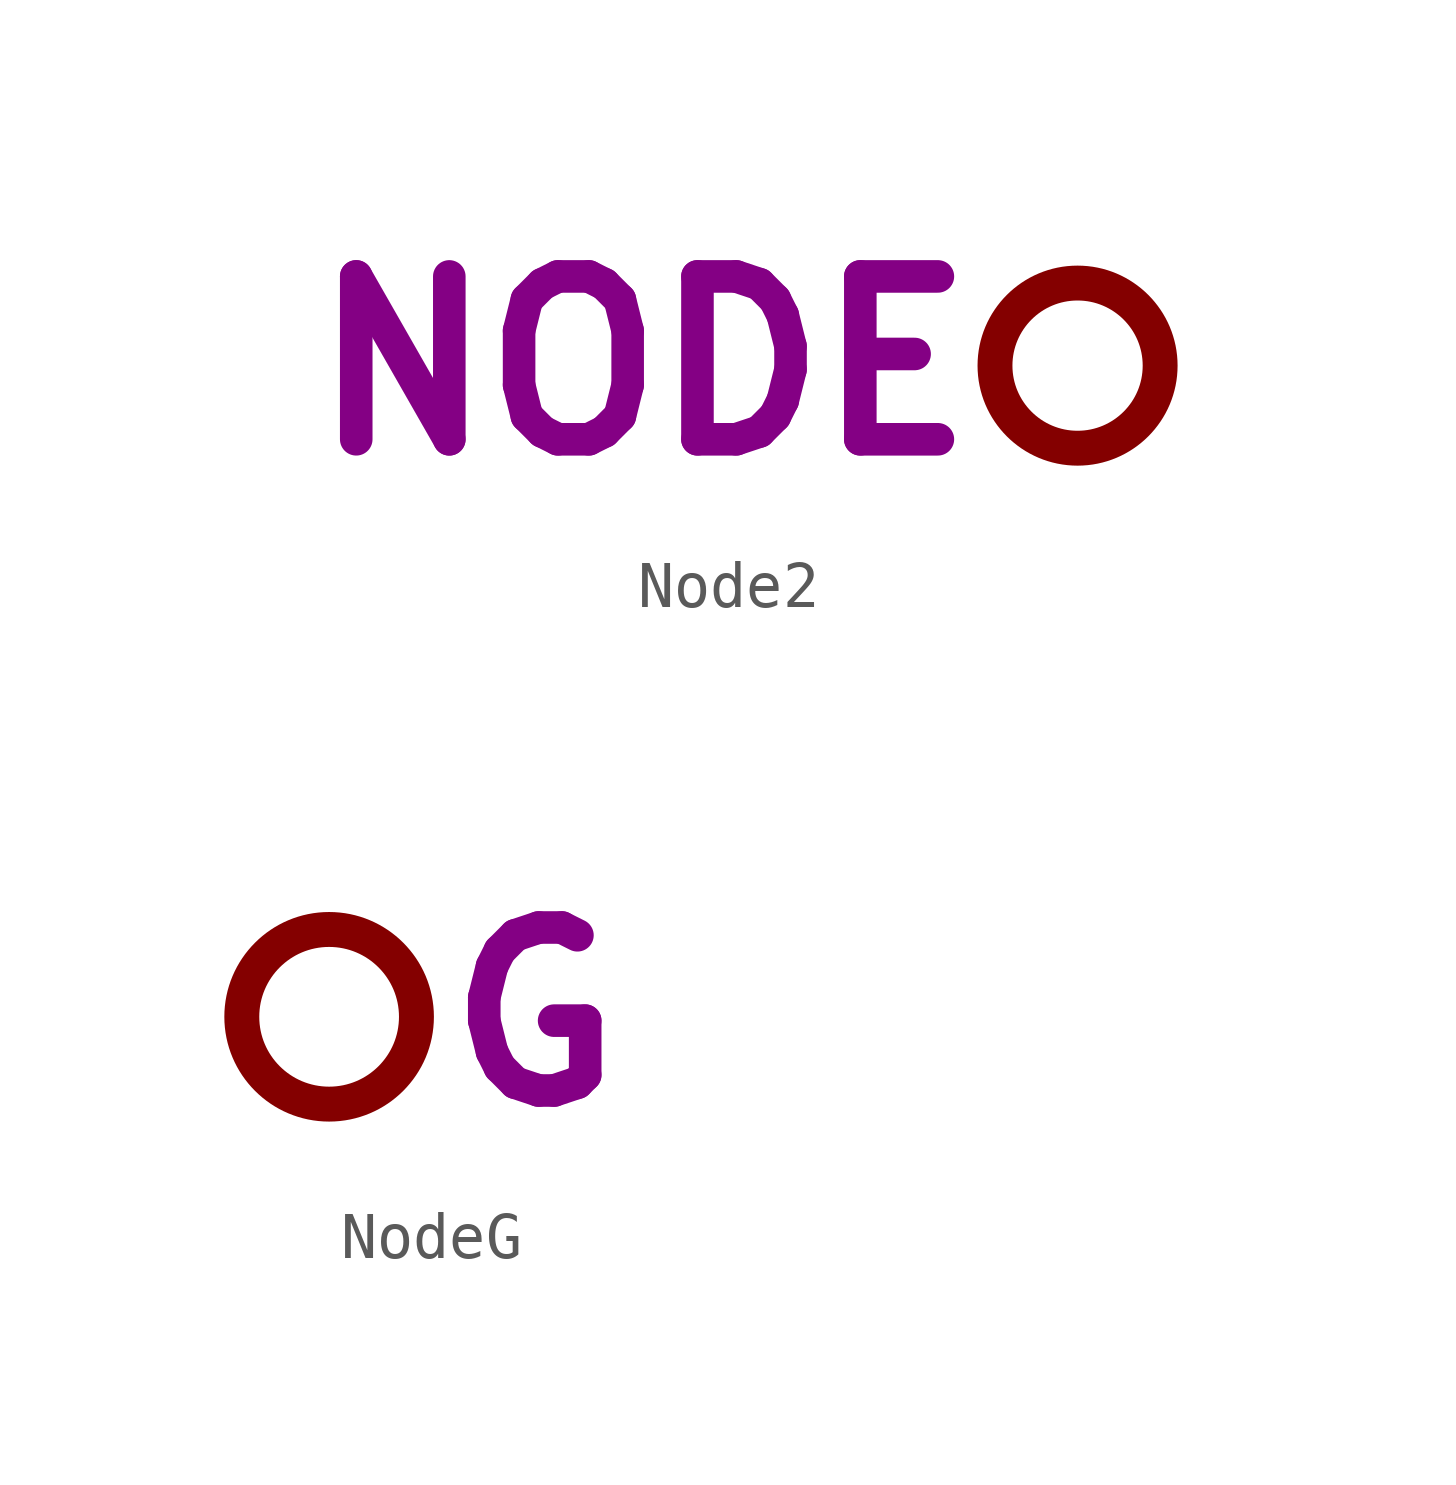
<source format=kicad_sym>
(kicad_symbol_lib
  (version 20211014)
  (generator kicad_symbol_editor)
  (symbol "Node2"
    (pin_numbers hide)
    (pin_names
      (offset 0) hide)
    (property "Reference" "N"
      (at 0 2.54 0)
      (effects (font (size 1.27 1.27)) hide))
    (property "Caption" "NODE"
      (at -1.905 0 0)
      (effects (font (size 3.556 3.556) bold) (justify right)))
    (symbol "Node2_0_1"
      (circle (center 0 0) (radius 1.803) (stroke (width 0.762) (type default) (color 0 0 0 0)) (fill (type none))))
    (symbol "Node2_1_1"
      (pin passive line (at 1.905 0 180) (length 0) (name "1" (effects (font (size 1.27 1.27)))) (number "1" (effects (font (size 1.27 1.27)))))))
  (symbol "NodeG"
    (pin_numbers hide)
    (pin_names
      (offset 0) hide)
    (property "Reference" "N"
      (at 0 -5.08 0)
      (effects (font (size 1.27 1.27)) hide))
    (property "Caption" "G"
      (at 6.731 0 0)
      (effects (font (size 3.556 3.556) bold) (justify right)))
    (symbol "NodeG_0_1"
      (circle (center 0 0) (radius 1.905) (stroke (width 0.762) (type default) (color 0 0 0 0)) (fill (type none))))
    (symbol "NodeG_1_1"
      (pin power_in line (at 0 1.905 270) (length 0) hide (name "G" (effects (font (size 1.27 1.27)))) (number "G" (effects (font (size 1.27 1.27))))))))
</source>
